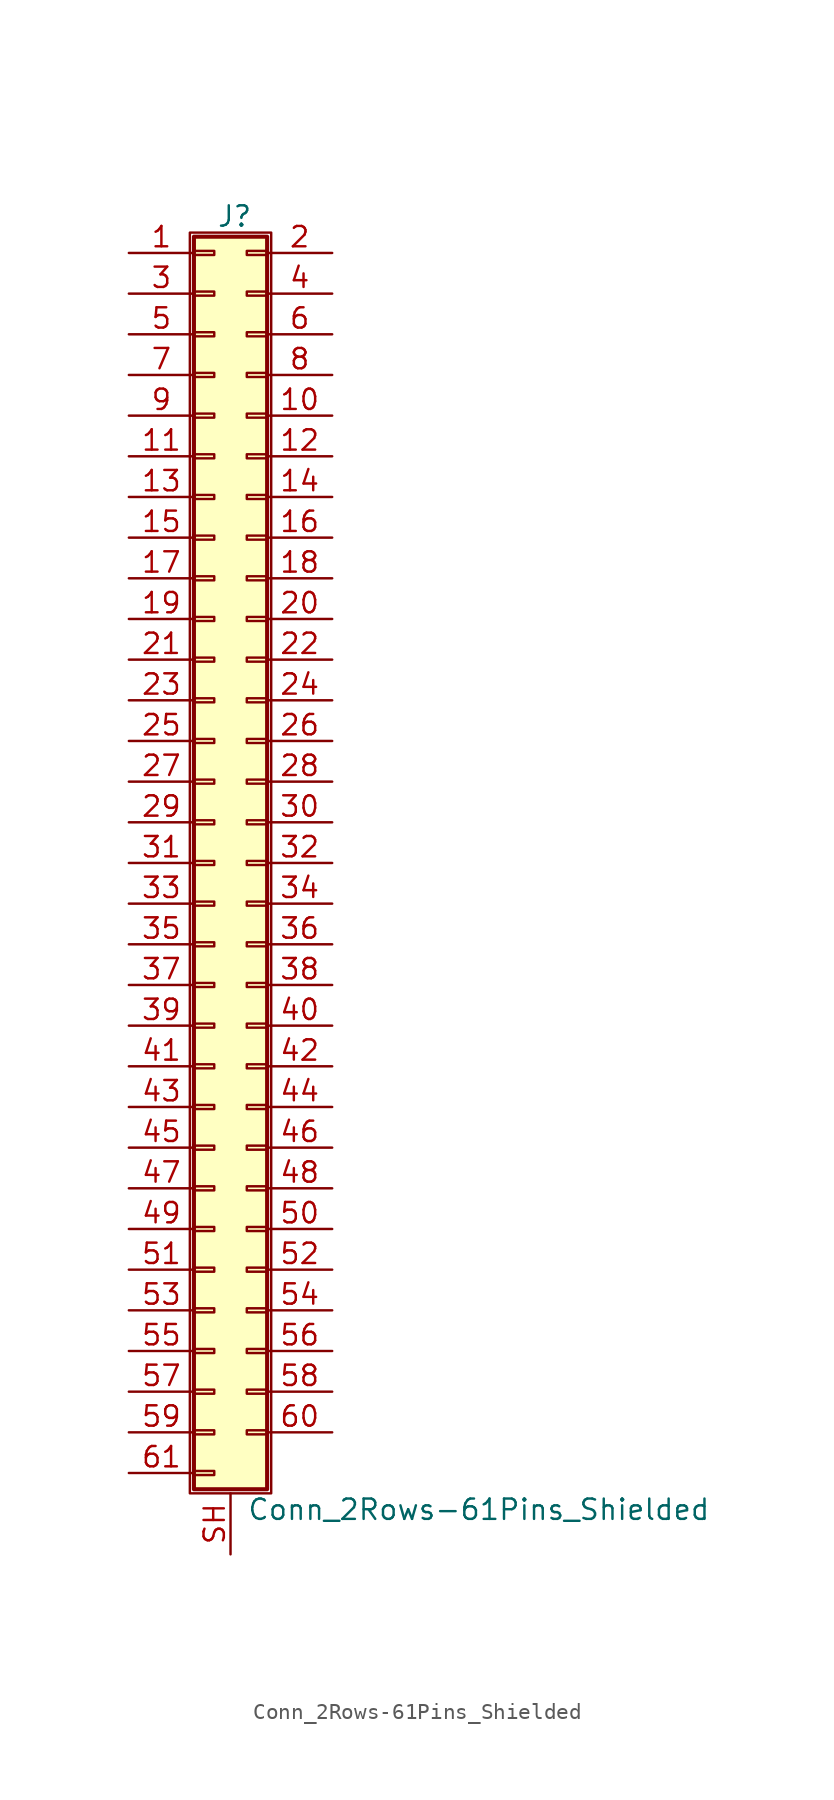
<source format=kicad_sym>
(kicad_symbol_lib
  (version 20201005)
  (generator kicad_symbol_editor)
  (symbol "Conn_2Rows-61Pins_Shielded"
    (pin_names
      (offset 1.016) hide)
    (property "Reference" "J"
      (at 1.524 40.386 0)
      (effects (font (size 1.27 1.27))))
    (property "Value" "Conn_2Rows-61Pins_Shielded"
      (at 2.286 -40.386 0)
      (effects (font (size 1.27 1.27)) (justify left)))
    (symbol "Conn_2Rows-61Pins_Shielded_1_1"
      (rectangle (start -1.27 39.37) (end 3.81 -39.37) (stroke (width 0.152)) (fill (type none)))
      (rectangle (start -1.016 -37.973) (end 0.254 -38.227) (stroke (width 0.152)) (fill (type none)))
      (rectangle (start -1.016 -35.433) (end 0.254 -35.687) (stroke (width 0.152)) (fill (type none)))
      (rectangle (start -1.016 -32.893) (end 0.254 -33.147) (stroke (width 0.152)) (fill (type none)))
      (rectangle (start -1.016 -30.353) (end 0.254 -30.607) (stroke (width 0.152)) (fill (type none)))
      (rectangle (start -1.016 -27.813) (end 0.254 -28.067) (stroke (width 0.152)) (fill (type none)))
      (rectangle (start -1.016 -25.273) (end 0.254 -25.527) (stroke (width 0.152)) (fill (type none)))
      (rectangle (start -1.016 -22.733) (end 0.254 -22.987) (stroke (width 0.152)) (fill (type none)))
      (rectangle (start -1.016 -20.193) (end 0.254 -20.447) (stroke (width 0.152)) (fill (type none)))
      (rectangle (start -1.016 -17.653) (end 0.254 -17.907) (stroke (width 0.152)) (fill (type none)))
      (rectangle (start -1.016 -15.113) (end 0.254 -15.367) (stroke (width 0.152)) (fill (type none)))
      (rectangle (start -1.016 -12.573) (end 0.254 -12.827) (stroke (width 0.152)) (fill (type none)))
      (rectangle (start -1.016 -10.033) (end 0.254 -10.287) (stroke (width 0.152)) (fill (type none)))
      (rectangle (start -1.016 -7.493) (end 0.254 -7.747) (stroke (width 0.152)) (fill (type none)))
      (rectangle (start -1.016 -4.953) (end 0.254 -5.207) (stroke (width 0.152)) (fill (type none)))
      (rectangle (start -1.016 -2.413) (end 0.254 -2.667) (stroke (width 0.152)) (fill (type none)))
      (rectangle (start -1.016 0.127) (end 0.254 -0.127) (stroke (width 0.152)) (fill (type none)))
      (rectangle (start -1.016 2.667) (end 0.254 2.413) (stroke (width 0.152)) (fill (type none)))
      (rectangle (start -1.016 5.207) (end 0.254 4.953) (stroke (width 0.152)) (fill (type none)))
      (rectangle (start -1.016 7.747) (end 0.254 7.493) (stroke (width 0.152)) (fill (type none)))
      (rectangle (start -1.016 10.287) (end 0.254 10.033) (stroke (width 0.152)) (fill (type none)))
      (rectangle (start -1.016 12.827) (end 0.254 12.573) (stroke (width 0.152)) (fill (type none)))
      (rectangle (start -1.016 15.367) (end 0.254 15.113) (stroke (width 0.152)) (fill (type none)))
      (rectangle (start -1.016 17.907) (end 0.254 17.653) (stroke (width 0.152)) (fill (type none)))
      (rectangle (start -1.016 20.447) (end 0.254 20.193) (stroke (width 0.152)) (fill (type none)))
      (rectangle (start -1.016 22.987) (end 0.254 22.733) (stroke (width 0.152)) (fill (type none)))
      (rectangle (start -1.016 25.527) (end 0.254 25.273) (stroke (width 0.152)) (fill (type none)))
      (rectangle (start -1.016 28.067) (end 0.254 27.813) (stroke (width 0.152)) (fill (type none)))
      (rectangle (start -1.016 30.607) (end 0.254 30.353) (stroke (width 0.152)) (fill (type none)))
      (rectangle (start -1.016 33.147) (end 0.254 32.893) (stroke (width 0.152)) (fill (type none)))
      (rectangle (start -1.016 35.687) (end 0.254 35.433) (stroke (width 0.152)) (fill (type none)))
      (rectangle (start -1.016 38.227) (end 0.254 37.973) (stroke (width 0.152)) (fill (type none)))
      (rectangle (start -1.016 39.116) (end 3.556 -39.116) (stroke (width 0.254)) (fill (type background)))
      (rectangle (start 3.556 -35.433) (end 2.286 -35.687) (stroke (width 0.152)) (fill (type none)))
      (rectangle (start 3.556 -32.893) (end 2.286 -33.147) (stroke (width 0.152)) (fill (type none)))
      (rectangle (start 3.556 -30.353) (end 2.286 -30.607) (stroke (width 0.152)) (fill (type none)))
      (rectangle (start 3.556 -27.813) (end 2.286 -28.067) (stroke (width 0.152)) (fill (type none)))
      (rectangle (start 3.556 -25.273) (end 2.286 -25.527) (stroke (width 0.152)) (fill (type none)))
      (rectangle (start 3.556 -22.733) (end 2.286 -22.987) (stroke (width 0.152)) (fill (type none)))
      (rectangle (start 3.556 -20.193) (end 2.286 -20.447) (stroke (width 0.152)) (fill (type none)))
      (rectangle (start 3.556 -17.653) (end 2.286 -17.907) (stroke (width 0.152)) (fill (type none)))
      (rectangle (start 3.556 -15.113) (end 2.286 -15.367) (stroke (width 0.152)) (fill (type none)))
      (rectangle (start 3.556 -12.573) (end 2.286 -12.827) (stroke (width 0.152)) (fill (type none)))
      (rectangle (start 3.556 -10.033) (end 2.286 -10.287) (stroke (width 0.152)) (fill (type none)))
      (rectangle (start 3.556 -7.493) (end 2.286 -7.747) (stroke (width 0.152)) (fill (type none)))
      (rectangle (start 3.556 -4.953) (end 2.286 -5.207) (stroke (width 0.152)) (fill (type none)))
      (rectangle (start 3.556 -2.413) (end 2.286 -2.667) (stroke (width 0.152)) (fill (type none)))
      (rectangle (start 3.556 0.127) (end 2.286 -0.127) (stroke (width 0.152)) (fill (type none)))
      (rectangle (start 3.556 2.667) (end 2.286 2.413) (stroke (width 0.152)) (fill (type none)))
      (rectangle (start 3.556 5.207) (end 2.286 4.953) (stroke (width 0.152)) (fill (type none)))
      (rectangle (start 3.556 7.747) (end 2.286 7.493) (stroke (width 0.152)) (fill (type none)))
      (rectangle (start 3.556 10.287) (end 2.286 10.033) (stroke (width 0.152)) (fill (type none)))
      (rectangle (start 3.556 12.827) (end 2.286 12.573) (stroke (width 0.152)) (fill (type none)))
      (rectangle (start 3.556 15.367) (end 2.286 15.113) (stroke (width 0.152)) (fill (type none)))
      (rectangle (start 3.556 17.907) (end 2.286 17.653) (stroke (width 0.152)) (fill (type none)))
      (rectangle (start 3.556 20.447) (end 2.286 20.193) (stroke (width 0.152)) (fill (type none)))
      (rectangle (start 3.556 22.987) (end 2.286 22.733) (stroke (width 0.152)) (fill (type none)))
      (rectangle (start 3.556 25.527) (end 2.286 25.273) (stroke (width 0.152)) (fill (type none)))
      (rectangle (start 3.556 28.067) (end 2.286 27.813) (stroke (width 0.152)) (fill (type none)))
      (rectangle (start 3.556 30.607) (end 2.286 30.353) (stroke (width 0.152)) (fill (type none)))
      (rectangle (start 3.556 33.147) (end 2.286 32.893) (stroke (width 0.152)) (fill (type none)))
      (rectangle (start 3.556 35.687) (end 2.286 35.433) (stroke (width 0.152)) (fill (type none)))
      (rectangle (start 3.556 38.227) (end 2.286 37.973) (stroke (width 0.152)) (fill (type none)))
      (pin passive line (at -5.08 38.1 0) (length 4.064) (name "Pin_1" (effects (font (size 1.27 1.27)))) (number "1" (effects (font (size 1.27 1.27)))))
      (pin passive line (at 7.62 27.94 180) (length 4.064) (name "Pin_10" (effects (font (size 1.27 1.27)))) (number "10" (effects (font (size 1.27 1.27)))))
      (pin passive line (at -5.08 25.4 0) (length 4.064) (name "Pin_11" (effects (font (size 1.27 1.27)))) (number "11" (effects (font (size 1.27 1.27)))))
      (pin passive line (at 7.62 25.4 180) (length 4.064) (name "Pin_12" (effects (font (size 1.27 1.27)))) (number "12" (effects (font (size 1.27 1.27)))))
      (pin passive line (at -5.08 22.86 0) (length 4.064) (name "Pin_13" (effects (font (size 1.27 1.27)))) (number "13" (effects (font (size 1.27 1.27)))))
      (pin passive line (at 7.62 22.86 180) (length 4.064) (name "Pin_14" (effects (font (size 1.27 1.27)))) (number "14" (effects (font (size 1.27 1.27)))))
      (pin passive line (at -5.08 20.32 0) (length 4.064) (name "Pin_15" (effects (font (size 1.27 1.27)))) (number "15" (effects (font (size 1.27 1.27)))))
      (pin passive line (at 7.62 20.32 180) (length 4.064) (name "Pin_16" (effects (font (size 1.27 1.27)))) (number "16" (effects (font (size 1.27 1.27)))))
      (pin passive line (at -5.08 17.78 0) (length 4.064) (name "Pin_17" (effects (font (size 1.27 1.27)))) (number "17" (effects (font (size 1.27 1.27)))))
      (pin passive line (at 7.62 17.78 180) (length 4.064) (name "Pin_18" (effects (font (size 1.27 1.27)))) (number "18" (effects (font (size 1.27 1.27)))))
      (pin passive line (at -5.08 15.24 0) (length 4.064) (name "Pin_19" (effects (font (size 1.27 1.27)))) (number "19" (effects (font (size 1.27 1.27)))))
      (pin passive line (at 7.62 38.1 180) (length 4.064) (name "Pin_2" (effects (font (size 1.27 1.27)))) (number "2" (effects (font (size 1.27 1.27)))))
      (pin passive line (at 7.62 15.24 180) (length 4.064) (name "Pin_20" (effects (font (size 1.27 1.27)))) (number "20" (effects (font (size 1.27 1.27)))))
      (pin passive line (at -5.08 12.7 0) (length 4.064) (name "Pin_21" (effects (font (size 1.27 1.27)))) (number "21" (effects (font (size 1.27 1.27)))))
      (pin passive line (at 7.62 12.7 180) (length 4.064) (name "Pin_22" (effects (font (size 1.27 1.27)))) (number "22" (effects (font (size 1.27 1.27)))))
      (pin passive line (at -5.08 10.16 0) (length 4.064) (name "Pin_23" (effects (font (size 1.27 1.27)))) (number "23" (effects (font (size 1.27 1.27)))))
      (pin passive line (at 7.62 10.16 180) (length 4.064) (name "Pin_24" (effects (font (size 1.27 1.27)))) (number "24" (effects (font (size 1.27 1.27)))))
      (pin passive line (at -5.08 7.62 0) (length 4.064) (name "Pin_25" (effects (font (size 1.27 1.27)))) (number "25" (effects (font (size 1.27 1.27)))))
      (pin passive line (at 7.62 7.62 180) (length 4.064) (name "Pin_26" (effects (font (size 1.27 1.27)))) (number "26" (effects (font (size 1.27 1.27)))))
      (pin passive line (at -5.08 5.08 0) (length 4.064) (name "Pin_27" (effects (font (size 1.27 1.27)))) (number "27" (effects (font (size 1.27 1.27)))))
      (pin passive line (at 7.62 5.08 180) (length 4.064) (name "Pin_28" (effects (font (size 1.27 1.27)))) (number "28" (effects (font (size 1.27 1.27)))))
      (pin passive line (at -5.08 2.54 0) (length 4.064) (name "Pin_29" (effects (font (size 1.27 1.27)))) (number "29" (effects (font (size 1.27 1.27)))))
      (pin passive line (at -5.08 35.56 0) (length 4.064) (name "Pin_3" (effects (font (size 1.27 1.27)))) (number "3" (effects (font (size 1.27 1.27)))))
      (pin passive line (at 7.62 2.54 180) (length 4.064) (name "Pin_30" (effects (font (size 1.27 1.27)))) (number "30" (effects (font (size 1.27 1.27)))))
      (pin passive line (at -5.08 0 0) (length 4.064) (name "Pin_31" (effects (font (size 1.27 1.27)))) (number "31" (effects (font (size 1.27 1.27)))))
      (pin passive line (at 7.62 0 180) (length 4.064) (name "Pin_32" (effects (font (size 1.27 1.27)))) (number "32" (effects (font (size 1.27 1.27)))))
      (pin passive line (at -5.08 -2.54 0) (length 4.064) (name "Pin_33" (effects (font (size 1.27 1.27)))) (number "33" (effects (font (size 1.27 1.27)))))
      (pin passive line (at 7.62 -2.54 180) (length 4.064) (name "Pin_34" (effects (font (size 1.27 1.27)))) (number "34" (effects (font (size 1.27 1.27)))))
      (pin passive line (at -5.08 -5.08 0) (length 4.064) (name "Pin_35" (effects (font (size 1.27 1.27)))) (number "35" (effects (font (size 1.27 1.27)))))
      (pin passive line (at 7.62 -5.08 180) (length 4.064) (name "Pin_36" (effects (font (size 1.27 1.27)))) (number "36" (effects (font (size 1.27 1.27)))))
      (pin passive line (at -5.08 -7.62 0) (length 4.064) (name "Pin_37" (effects (font (size 1.27 1.27)))) (number "37" (effects (font (size 1.27 1.27)))))
      (pin passive line (at 7.62 -7.62 180) (length 4.064) (name "Pin_38" (effects (font (size 1.27 1.27)))) (number "38" (effects (font (size 1.27 1.27)))))
      (pin passive line (at -5.08 -10.16 0) (length 4.064) (name "Pin_39" (effects (font (size 1.27 1.27)))) (number "39" (effects (font (size 1.27 1.27)))))
      (pin passive line (at 7.62 35.56 180) (length 4.064) (name "Pin_4" (effects (font (size 1.27 1.27)))) (number "4" (effects (font (size 1.27 1.27)))))
      (pin passive line (at 7.62 -10.16 180) (length 4.064) (name "Pin_40" (effects (font (size 1.27 1.27)))) (number "40" (effects (font (size 1.27 1.27)))))
      (pin passive line (at -5.08 -12.7 0) (length 4.064) (name "Pin_41" (effects (font (size 1.27 1.27)))) (number "41" (effects (font (size 1.27 1.27)))))
      (pin passive line (at 7.62 -12.7 180) (length 4.064) (name "Pin_42" (effects (font (size 1.27 1.27)))) (number "42" (effects (font (size 1.27 1.27)))))
      (pin passive line (at -5.08 -15.24 0) (length 4.064) (name "Pin_43" (effects (font (size 1.27 1.27)))) (number "43" (effects (font (size 1.27 1.27)))))
      (pin passive line (at 7.62 -15.24 180) (length 4.064) (name "Pin_44" (effects (font (size 1.27 1.27)))) (number "44" (effects (font (size 1.27 1.27)))))
      (pin passive line (at -5.08 -17.78 0) (length 4.064) (name "Pin_45" (effects (font (size 1.27 1.27)))) (number "45" (effects (font (size 1.27 1.27)))))
      (pin passive line (at 7.62 -17.78 180) (length 4.064) (name "Pin_46" (effects (font (size 1.27 1.27)))) (number "46" (effects (font (size 1.27 1.27)))))
      (pin passive line (at -5.08 -20.32 0) (length 4.064) (name "Pin_47" (effects (font (size 1.27 1.27)))) (number "47" (effects (font (size 1.27 1.27)))))
      (pin passive line (at 7.62 -20.32 180) (length 4.064) (name "Pin_48" (effects (font (size 1.27 1.27)))) (number "48" (effects (font (size 1.27 1.27)))))
      (pin passive line (at -5.08 -22.86 0) (length 4.064) (name "Pin_49" (effects (font (size 1.27 1.27)))) (number "49" (effects (font (size 1.27 1.27)))))
      (pin passive line (at -5.08 33.02 0) (length 4.064) (name "Pin_5" (effects (font (size 1.27 1.27)))) (number "5" (effects (font (size 1.27 1.27)))))
      (pin passive line (at 7.62 -22.86 180) (length 4.064) (name "Pin_50" (effects (font (size 1.27 1.27)))) (number "50" (effects (font (size 1.27 1.27)))))
      (pin passive line (at -5.08 -25.4 0) (length 4.064) (name "Pin_51" (effects (font (size 1.27 1.27)))) (number "51" (effects (font (size 1.27 1.27)))))
      (pin passive line (at 7.62 -25.4 180) (length 4.064) (name "Pin_52" (effects (font (size 1.27 1.27)))) (number "52" (effects (font (size 1.27 1.27)))))
      (pin passive line (at -5.08 -27.94 0) (length 4.064) (name "Pin_53" (effects (font (size 1.27 1.27)))) (number "53" (effects (font (size 1.27 1.27)))))
      (pin passive line (at 7.62 -27.94 180) (length 4.064) (name "Pin_54" (effects (font (size 1.27 1.27)))) (number "54" (effects (font (size 1.27 1.27)))))
      (pin passive line (at -5.08 -30.48 0) (length 4.064) (name "Pin_55" (effects (font (size 1.27 1.27)))) (number "55" (effects (font (size 1.27 1.27)))))
      (pin passive line (at 7.62 -30.48 180) (length 4.064) (name "Pin_56" (effects (font (size 1.27 1.27)))) (number "56" (effects (font (size 1.27 1.27)))))
      (pin passive line (at -5.08 -33.02 0) (length 4.064) (name "Pin_57" (effects (font (size 1.27 1.27)))) (number "57" (effects (font (size 1.27 1.27)))))
      (pin passive line (at 7.62 -33.02 180) (length 4.064) (name "Pin_58" (effects (font (size 1.27 1.27)))) (number "58" (effects (font (size 1.27 1.27)))))
      (pin passive line (at -5.08 -35.56 0) (length 4.064) (name "Pin_59" (effects (font (size 1.27 1.27)))) (number "59" (effects (font (size 1.27 1.27)))))
      (pin passive line (at 7.62 33.02 180) (length 4.064) (name "Pin_6" (effects (font (size 1.27 1.27)))) (number "6" (effects (font (size 1.27 1.27)))))
      (pin passive line (at 7.62 -35.56 180) (length 4.064) (name "Pin_60" (effects (font (size 1.27 1.27)))) (number "60" (effects (font (size 1.27 1.27)))))
      (pin passive line (at -5.08 -38.1 0) (length 4.064) (name "Pin_61" (effects (font (size 1.27 1.27)))) (number "61" (effects (font (size 1.27 1.27)))))
      (pin passive line (at -5.08 30.48 0) (length 4.064) (name "Pin_7" (effects (font (size 1.27 1.27)))) (number "7" (effects (font (size 1.27 1.27)))))
      (pin passive line (at 7.62 30.48 180) (length 4.064) (name "Pin_8" (effects (font (size 1.27 1.27)))) (number "8" (effects (font (size 1.27 1.27)))))
      (pin passive line (at -5.08 27.94 0) (length 4.064) (name "Pin_9" (effects (font (size 1.27 1.27)))) (number "9" (effects (font (size 1.27 1.27)))))
      (pin passive line (at 1.27 -43.18 90) (length 3.81) (name "Shield" (effects (font (size 1.27 1.27)))) (number "SH" (effects (font (size 1.27 1.27))))))))
</source>
